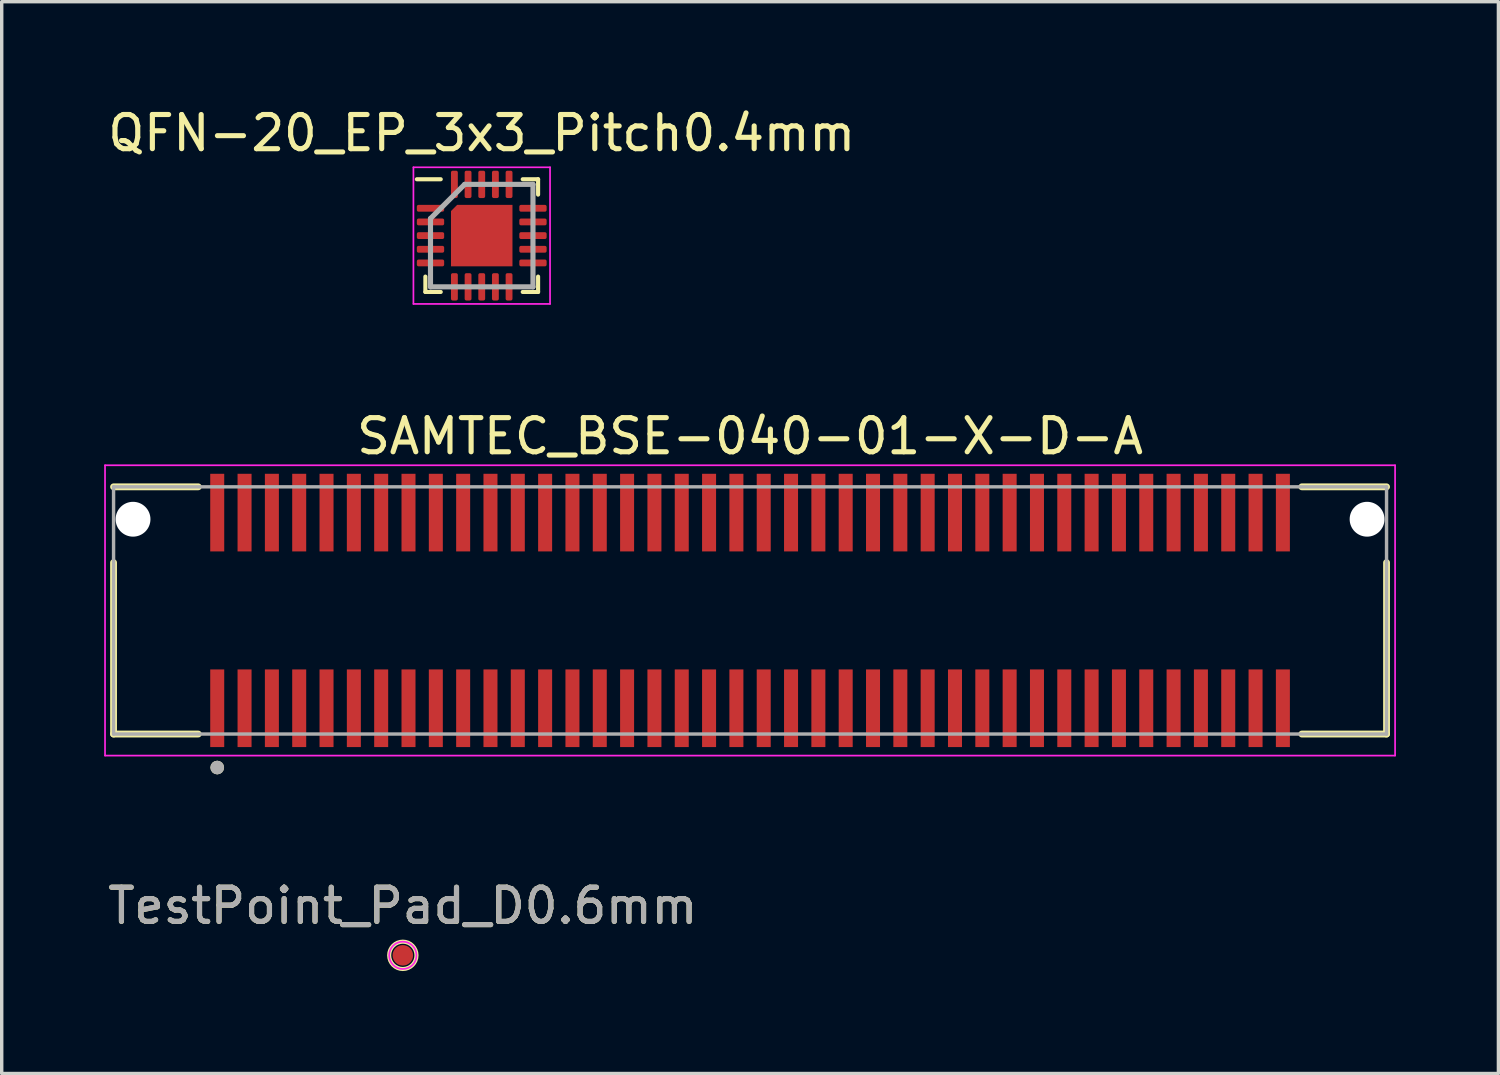
<source format=kicad_pcb>
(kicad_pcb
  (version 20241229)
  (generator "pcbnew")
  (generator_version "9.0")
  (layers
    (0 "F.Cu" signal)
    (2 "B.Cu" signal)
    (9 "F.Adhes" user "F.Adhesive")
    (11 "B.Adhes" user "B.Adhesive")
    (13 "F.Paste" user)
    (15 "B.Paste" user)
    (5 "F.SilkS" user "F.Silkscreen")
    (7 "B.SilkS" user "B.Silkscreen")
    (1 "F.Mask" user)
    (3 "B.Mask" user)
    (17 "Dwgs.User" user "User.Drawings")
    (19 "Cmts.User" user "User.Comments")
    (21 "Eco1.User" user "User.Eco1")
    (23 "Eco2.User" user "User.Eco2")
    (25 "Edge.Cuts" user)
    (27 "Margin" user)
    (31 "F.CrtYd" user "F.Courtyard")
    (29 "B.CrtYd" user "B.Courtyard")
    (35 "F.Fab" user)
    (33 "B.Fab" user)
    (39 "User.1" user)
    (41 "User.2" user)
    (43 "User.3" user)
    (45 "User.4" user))
  (footprint "SAMTEC_BSE-040-01-X-D-A"
    (layer "F.Cu")
    (at 18.91 14.822)
    (property "Reference" "SAMTEC_BSE-040-01-X-D-A" (at 0 -5.1 0) (layer "F.SilkS") (effects (font (size 1 1) (thickness 0.15))))
    (attr through_hole)
    (fp_line (start -18.635 -3.619) (end -16.155 -3.619) (stroke (width 0.2) (type solid)) (layer "F.SilkS"))
    (fp_line (start -18.635 -1.4) (end -18.635 3.619) (stroke (width 0.2) (type solid)) (layer "F.SilkS"))
    (fp_line (start -18.635 3.619) (end -16.155 3.619) (stroke (width 0.2) (type solid)) (layer "F.SilkS"))
    (fp_line (start 18.635 -3.619) (end 16.155 -3.619) (stroke (width 0.2) (type solid)) (layer "F.SilkS"))
    (fp_line (start 18.635 -1.4) (end 18.635 3.619) (stroke (width 0.2) (type solid)) (layer "F.SilkS"))
    (fp_line (start 18.635 3.619) (end 16.155 3.619) (stroke (width 0.2) (type solid)) (layer "F.SilkS"))
    (fp_circle (center -15.6 4.6) (end -15.5 4.6) (stroke (width 0.2) (type solid)) (fill no) (layer "F.SilkS"))
    (fp_line (start -18.885 -4.25) (end -18.885 4.25) (stroke (width 0.05) (type solid)) (layer "F.CrtYd"))
    (fp_line (start -18.885 4.25) (end 18.885 4.25) (stroke (width 0.05) (type solid)) (layer "F.CrtYd"))
    (fp_line (start 18.885 -4.25) (end -18.885 -4.25) (stroke (width 0.05) (type solid)) (layer "F.CrtYd"))
    (fp_line (start 18.885 4.25) (end 18.885 -4.25) (stroke (width 0.05) (type solid)) (layer "F.CrtYd"))
    (fp_line (start -18.635 -3.619) (end -18.635 3.619) (stroke (width 0.1) (type solid)) (layer "F.Fab"))
    (fp_line (start -18.635 3.619) (end 18.635 3.619) (stroke (width 0.1) (type solid)) (layer "F.Fab"))
    (fp_line (start 18.635 -3.619) (end -18.635 -3.619) (stroke (width 0.1) (type solid)) (layer "F.Fab"))
    (fp_line (start 18.635 3.619) (end 18.635 -3.619) (stroke (width 0.1) (type solid)) (layer "F.Fab"))
    (fp_circle (center -15.6 4.6) (end -15.5 4.6) (stroke (width 0.2) (type solid)) (fill no) (layer "F.Fab"))
    (pad "" np_thru_hole circle (at -18.065 -2.67) (size 1.02 1.02) (drill 1.02) (layers "*.Cu" "*.Mask"))
    (pad "" np_thru_hole circle (at 18.065 -2.67) (size 1.02 1.02) (drill 1.02) (layers "*.Cu" "*.Mask"))
    (pad "01" smd rect (at -15.6 2.864) (size 0.41 2.273) (layers "F.Cu" "F.Mask" "F.Paste"))
    (pad "02" smd rect (at -15.6 -2.864) (size 0.41 2.273) (layers "F.Cu" "F.Mask" "F.Paste"))
    (pad "03" smd rect (at -14.8 2.864) (size 0.41 2.273) (layers "F.Cu" "F.Mask" "F.Paste"))
    (pad "04" smd rect (at -14.8 -2.864) (size 0.41 2.273) (layers "F.Cu" "F.Mask" "F.Paste"))
    (pad "05" smd rect (at -14 2.864) (size 0.41 2.273) (layers "F.Cu" "F.Mask" "F.Paste"))
    (pad "06" smd rect (at -14 -2.864) (size 0.41 2.273) (layers "F.Cu" "F.Mask" "F.Paste"))
    (pad "07" smd rect (at -13.2 2.864) (size 0.41 2.273) (layers "F.Cu" "F.Mask" "F.Paste"))
    (pad "08" smd rect (at -13.2 -2.864) (size 0.41 2.273) (layers "F.Cu" "F.Mask" "F.Paste"))
    (pad "09" smd rect (at -12.4 2.864) (size 0.41 2.273) (layers "F.Cu" "F.Mask" "F.Paste"))
    (pad "10" smd rect (at -12.4 -2.864) (size 0.41 2.273) (layers "F.Cu" "F.Mask" "F.Paste"))
    (pad "11" smd rect (at -11.6 2.864) (size 0.41 2.273) (layers "F.Cu" "F.Mask" "F.Paste"))
    (pad "12" smd rect (at -11.6 -2.864) (size 0.41 2.273) (layers "F.Cu" "F.Mask" "F.Paste"))
    (pad "13" smd rect (at -10.8 2.864) (size 0.41 2.273) (layers "F.Cu" "F.Mask" "F.Paste"))
    (pad "14" smd rect (at -10.8 -2.864) (size 0.41 2.273) (layers "F.Cu" "F.Mask" "F.Paste"))
    (pad "15" smd rect (at -10 2.864) (size 0.41 2.273) (layers "F.Cu" "F.Mask" "F.Paste"))
    (pad "16" smd rect (at -10 -2.864) (size 0.41 2.273) (layers "F.Cu" "F.Mask" "F.Paste"))
    (pad "17" smd rect (at -9.2 2.864) (size 0.41 2.273) (layers "F.Cu" "F.Mask" "F.Paste"))
    (pad "18" smd rect (at -9.2 -2.864) (size 0.41 2.273) (layers "F.Cu" "F.Mask" "F.Paste"))
    (pad "19" smd rect (at -8.4 2.864) (size 0.41 2.273) (layers "F.Cu" "F.Mask" "F.Paste"))
    (pad "20" smd rect (at -8.4 -2.864) (size 0.41 2.273) (layers "F.Cu" "F.Mask" "F.Paste"))
    (pad "21" smd rect (at -7.6 2.864) (size 0.41 2.273) (layers "F.Cu" "F.Mask" "F.Paste"))
    (pad "22" smd rect (at -7.6 -2.864) (size 0.41 2.273) (layers "F.Cu" "F.Mask" "F.Paste"))
    (pad "23" smd rect (at -6.8 2.864) (size 0.41 2.273) (layers "F.Cu" "F.Mask" "F.Paste"))
    (pad "24" smd rect (at -6.8 -2.864) (size 0.41 2.273) (layers "F.Cu" "F.Mask" "F.Paste"))
    (pad "25" smd rect (at -6 2.864) (size 0.41 2.273) (layers "F.Cu" "F.Mask" "F.Paste"))
    (pad "26" smd rect (at -6 -2.864) (size 0.41 2.273) (layers "F.Cu" "F.Mask" "F.Paste"))
    (pad "27" smd rect (at -5.2 2.864) (size 0.41 2.273) (layers "F.Cu" "F.Mask" "F.Paste"))
    (pad "28" smd rect (at -5.2 -2.864) (size 0.41 2.273) (layers "F.Cu" "F.Mask" "F.Paste"))
    (pad "29" smd rect (at -4.4 2.864) (size 0.41 2.273) (layers "F.Cu" "F.Mask" "F.Paste"))
    (pad "30" smd rect (at -4.4 -2.864) (size 0.41 2.273) (layers "F.Cu" "F.Mask" "F.Paste"))
    (pad "31" smd rect (at -3.6 2.864) (size 0.41 2.273) (layers "F.Cu" "F.Mask" "F.Paste"))
    (pad "32" smd rect (at -3.6 -2.864) (size 0.41 2.273) (layers "F.Cu" "F.Mask" "F.Paste"))
    (pad "33" smd rect (at -2.8 2.864) (size 0.41 2.273) (layers "F.Cu" "F.Mask" "F.Paste"))
    (pad "34" smd rect (at -2.8 -2.864) (size 0.41 2.273) (layers "F.Cu" "F.Mask" "F.Paste"))
    (pad "35" smd rect (at -2 2.864) (size 0.41 2.273) (layers "F.Cu" "F.Mask" "F.Paste"))
    (pad "36" smd rect (at -2 -2.864) (size 0.41 2.273) (layers "F.Cu" "F.Mask" "F.Paste"))
    (pad "37" smd rect (at -1.2 2.864) (size 0.41 2.273) (layers "F.Cu" "F.Mask" "F.Paste"))
    (pad "38" smd rect (at -1.2 -2.864) (size 0.41 2.273) (layers "F.Cu" "F.Mask" "F.Paste"))
    (pad "39" smd rect (at -0.4 2.864) (size 0.41 2.273) (layers "F.Cu" "F.Mask" "F.Paste"))
    (pad "40" smd rect (at -0.4 -2.864) (size 0.41 2.273) (layers "F.Cu" "F.Mask" "F.Paste"))
    (pad "41" smd rect (at 0.4 2.864) (size 0.41 2.273) (layers "F.Cu" "F.Mask" "F.Paste"))
    (pad "42" smd rect (at 0.4 -2.864) (size 0.41 2.273) (layers "F.Cu" "F.Mask" "F.Paste"))
    (pad "43" smd rect (at 1.2 2.864) (size 0.41 2.273) (layers "F.Cu" "F.Mask" "F.Paste"))
    (pad "44" smd rect (at 1.2 -2.864) (size 0.41 2.273) (layers "F.Cu" "F.Mask" "F.Paste"))
    (pad "45" smd rect (at 2 2.864) (size 0.41 2.273) (layers "F.Cu" "F.Mask" "F.Paste"))
    (pad "46" smd rect (at 2 -2.864) (size 0.41 2.273) (layers "F.Cu" "F.Mask" "F.Paste"))
    (pad "47" smd rect (at 2.8 2.864) (size 0.41 2.273) (layers "F.Cu" "F.Mask" "F.Paste"))
    (pad "48" smd rect (at 2.8 -2.864) (size 0.41 2.273) (layers "F.Cu" "F.Mask" "F.Paste"))
    (pad "49" smd rect (at 3.6 2.864) (size 0.41 2.273) (layers "F.Cu" "F.Mask" "F.Paste"))
    (pad "50" smd rect (at 3.6 -2.864) (size 0.41 2.273) (layers "F.Cu" "F.Mask" "F.Paste"))
    (pad "51" smd rect (at 4.4 2.864) (size 0.41 2.273) (layers "F.Cu" "F.Mask" "F.Paste"))
    (pad "52" smd rect (at 4.4 -2.864) (size 0.41 2.273) (layers "F.Cu" "F.Mask" "F.Paste"))
    (pad "53" smd rect (at 5.2 2.864) (size 0.41 2.273) (layers "F.Cu" "F.Mask" "F.Paste"))
    (pad "54" smd rect (at 5.2 -2.864) (size 0.41 2.273) (layers "F.Cu" "F.Mask" "F.Paste"))
    (pad "55" smd rect (at 6 2.864) (size 0.41 2.273) (layers "F.Cu" "F.Mask" "F.Paste"))
    (pad "56" smd rect (at 6 -2.864) (size 0.41 2.273) (layers "F.Cu" "F.Mask" "F.Paste"))
    (pad "57" smd rect (at 6.8 2.864) (size 0.41 2.273) (layers "F.Cu" "F.Mask" "F.Paste"))
    (pad "58" smd rect (at 6.8 -2.864) (size 0.41 2.273) (layers "F.Cu" "F.Mask" "F.Paste"))
    (pad "59" smd rect (at 7.6 2.864) (size 0.41 2.273) (layers "F.Cu" "F.Mask" "F.Paste"))
    (pad "60" smd rect (at 7.6 -2.864) (size 0.41 2.273) (layers "F.Cu" "F.Mask" "F.Paste"))
    (pad "61" smd rect (at 8.4 2.864) (size 0.41 2.273) (layers "F.Cu" "F.Mask" "F.Paste"))
    (pad "62" smd rect (at 8.4 -2.864) (size 0.41 2.273) (layers "F.Cu" "F.Mask" "F.Paste"))
    (pad "63" smd rect (at 9.2 2.864) (size 0.41 2.273) (layers "F.Cu" "F.Mask" "F.Paste"))
    (pad "64" smd rect (at 9.2 -2.864) (size 0.41 2.273) (layers "F.Cu" "F.Mask" "F.Paste"))
    (pad "65" smd rect (at 10 2.864) (size 0.41 2.273) (layers "F.Cu" "F.Mask" "F.Paste"))
    (pad "66" smd rect (at 10 -2.864) (size 0.41 2.273) (layers "F.Cu" "F.Mask" "F.Paste"))
    (pad "67" smd rect (at 10.8 2.864) (size 0.41 2.273) (layers "F.Cu" "F.Mask" "F.Paste"))
    (pad "68" smd rect (at 10.8 -2.864) (size 0.41 2.273) (layers "F.Cu" "F.Mask" "F.Paste"))
    (pad "69" smd rect (at 11.6 2.864) (size 0.41 2.273) (layers "F.Cu" "F.Mask" "F.Paste"))
    (pad "70" smd rect (at 11.6 -2.864) (size 0.41 2.273) (layers "F.Cu" "F.Mask" "F.Paste"))
    (pad "71" smd rect (at 12.4 2.864) (size 0.41 2.273) (layers "F.Cu" "F.Mask" "F.Paste"))
    (pad "72" smd rect (at 12.4 -2.864) (size 0.41 2.273) (layers "F.Cu" "F.Mask" "F.Paste"))
    (pad "73" smd rect (at 13.2 2.864) (size 0.41 2.273) (layers "F.Cu" "F.Mask" "F.Paste"))
    (pad "74" smd rect (at 13.2 -2.864) (size 0.41 2.273) (layers "F.Cu" "F.Mask" "F.Paste"))
    (pad "75" smd rect (at 14 2.864) (size 0.41 2.273) (layers "F.Cu" "F.Mask" "F.Paste"))
    (pad "76" smd rect (at 14 -2.864) (size 0.41 2.273) (layers "F.Cu" "F.Mask" "F.Paste"))
    (pad "77" smd rect (at 14.8 2.864) (size 0.41 2.273) (layers "F.Cu" "F.Mask" "F.Paste"))
    (pad "78" smd rect (at 14.8 -2.864) (size 0.41 2.273) (layers "F.Cu" "F.Mask" "F.Paste"))
    (pad "79" smd rect (at 15.6 2.864) (size 0.41 2.273) (layers "F.Cu" "F.Mask" "F.Paste"))
    (pad "80" smd rect (at 15.6 -2.864) (size 0.41 2.273) (layers "F.Cu" "F.Mask" "F.Paste")))
  (footprint "TestPoint_Pad_D0.6mm"
    (layer "F.Cu")
    (at 8.744 24.92)
    (property "Reference" "TestPoint_Pad_D0.6mm" (at 0 -1.448 0) (layer "F.SilkS") (effects (font (size 1 1) (thickness 0.15))))
    (attr exclude_from_pos_files exclude_from_bom)
    (fp_circle (center 0 0) (end 0 0.4) (stroke (width 0.12) (type solid)) (fill no) (layer "F.SilkS"))
    (fp_circle (center 0 0) (end 0.4 0) (stroke (width 0.05) (type solid)) (fill no) (layer "F.CrtYd"))
    (fp_text user "${REFERENCE}" (at 0 -1.45 0) (layer "F.Fab") (effects (font (size 1 1) (thickness 0.15))))
    (pad "1" smd circle (at 0 0) (size 0.6 0.6) (layers "F.Cu" "F.Mask")))
  (footprint "QFN-20_EP_3x3_Pitch0.4mm"
    (layer "F.Cu")
    (at 11.054 3.848)
    (property "Reference" "QFN-20_EP_3x3_Pitch0.4mm" (at 0 -3 0) (layer "F.SilkS") (effects (font (size 1 1) (thickness 0.15))))
    (attr through_hole)
    (fp_line (start -1.65 1.65) (end -1.65 1.2) (stroke (width 0.12) (type solid)) (layer "F.SilkS"))
    (fp_line (start -1.2 -1.65) (end -1.9 -1.65) (stroke (width 0.12) (type solid)) (layer "F.SilkS"))
    (fp_line (start -1.2 1.65) (end -1.65 1.65) (stroke (width 0.12) (type solid)) (layer "F.SilkS"))
    (fp_line (start 1.2 -1.65) (end 1.65 -1.65) (stroke (width 0.12) (type solid)) (layer "F.SilkS"))
    (fp_line (start 1.2 1.65) (end 1.65 1.65) (stroke (width 0.12) (type solid)) (layer "F.SilkS"))
    (fp_line (start 1.65 -1.65) (end 1.65 -1.2) (stroke (width 0.12) (type solid)) (layer "F.SilkS"))
    (fp_line (start 1.65 1.65) (end 1.65 1.2) (stroke (width 0.12) (type solid)) (layer "F.SilkS"))
    (fp_line (start -2 -2) (end 2 -2) (stroke (width 0.05) (type solid)) (layer "F.CrtYd"))
    (fp_line (start -2 2) (end -2 -2) (stroke (width 0.05) (type solid)) (layer "F.CrtYd"))
    (fp_line (start 2 -2) (end 2 2) (stroke (width 0.05) (type solid)) (layer "F.CrtYd"))
    (fp_line (start 2 2) (end -2 2) (stroke (width 0.05) (type solid)) (layer "F.CrtYd"))
    (fp_line (start -1.5 -0.5) (end -1.5 1.5) (stroke (width 0.15) (type solid)) (layer "F.Fab"))
    (fp_line (start -1.5 1.5) (end 1.5 1.5) (stroke (width 0.15) (type solid)) (layer "F.Fab"))
    (fp_line (start -0.5 -1.5) (end -1.5 -0.5) (stroke (width 0.15) (type solid)) (layer "F.Fab"))
    (fp_line (start 1.5 -1.5) (end -0.5 -1.5) (stroke (width 0.15) (type solid)) (layer "F.Fab"))
    (fp_line (start 1.5 1.5) (end 1.5 -1.5) (stroke (width 0.15) (type solid)) (layer "F.Fab"))
    (pad "1" smd roundrect (at -1.5 -0.8 90) (size 0.2 0.8) (layers "F.Cu" "F.Mask" "F.Paste") (roundrect_rratio 0.25))
    (pad "2" smd roundrect (at -1.5 -0.4 90) (size 0.2 0.8) (layers "F.Cu" "F.Mask" "F.Paste") (roundrect_rratio 0.25))
    (pad "3" smd roundrect (at -1.5 0 90) (size 0.2 0.8) (layers "F.Cu" "F.Mask" "F.Paste") (roundrect_rratio 0.25))
    (pad "4" smd roundrect (at -1.5 0.4 90) (size 0.2 0.8) (layers "F.Cu" "F.Mask" "F.Paste") (roundrect_rratio 0.25))
    (pad "5" smd roundrect (at -1.5 0.8 90) (size 0.2 0.8) (layers "F.Cu" "F.Mask" "F.Paste") (roundrect_rratio 0.25))
    (pad "6" smd roundrect (at -0.8 1.5) (size 0.2 0.8) (layers "F.Cu" "F.Mask" "F.Paste") (roundrect_rratio 0.25))
    (pad "7" smd roundrect (at -0.4 1.5) (size 0.2 0.8) (layers "F.Cu" "F.Mask" "F.Paste") (roundrect_rratio 0.25))
    (pad "8" smd roundrect (at 0 1.5) (size 0.2 0.8) (layers "F.Cu" "F.Mask" "F.Paste") (roundrect_rratio 0.25))
    (pad "9" smd roundrect (at 0.4 1.5) (size 0.2 0.8) (layers "F.Cu" "F.Mask" "F.Paste") (roundrect_rratio 0.25))
    (pad "10" smd roundrect (at 0.8 1.5) (size 0.2 0.8) (layers "F.Cu" "F.Mask" "F.Paste") (roundrect_rratio 0.25))
    (pad "11" smd roundrect (at 1.5 0.8 90) (size 0.2 0.8) (layers "F.Cu" "F.Mask" "F.Paste") (roundrect_rratio 0.25))
    (pad "12" smd roundrect (at 1.5 0.4 90) (size 0.2 0.8) (layers "F.Cu" "F.Mask" "F.Paste") (roundrect_rratio 0.25))
    (pad "13" smd roundrect (at 1.5 0 90) (size 0.2 0.8) (layers "F.Cu" "F.Mask" "F.Paste") (roundrect_rratio 0.25))
    (pad "14" smd roundrect (at 1.5 -0.4 90) (size 0.2 0.8) (layers "F.Cu" "F.Mask" "F.Paste") (roundrect_rratio 0.25))
    (pad "15" smd roundrect (at 1.5 -0.8 90) (size 0.2 0.8) (layers "F.Cu" "F.Mask" "F.Paste") (roundrect_rratio 0.25))
    (pad "16" smd roundrect (at 0.8 -1.5) (size 0.2 0.8) (layers "F.Cu" "F.Mask" "F.Paste") (roundrect_rratio 0.25))
    (pad "17" smd roundrect (at 0.4 -1.5) (size 0.2 0.8) (layers "F.Cu" "F.Mask" "F.Paste") (roundrect_rratio 0.25))
    (pad "18" smd roundrect (at 0 -1.5) (size 0.2 0.8) (layers "F.Cu" "F.Mask" "F.Paste") (roundrect_rratio 0.25))
    (pad "19" smd roundrect (at -0.4 -1.5) (size 0.2 0.8) (layers "F.Cu" "F.Mask" "F.Paste") (roundrect_rratio 0.25))
    (pad "20" smd roundrect (at -0.8 -1.5) (size 0.2 0.8) (layers "F.Cu" "F.Mask" "F.Paste") (roundrect_rratio 0.25))
    (pad "21" smd roundrect (at 0 0) (size 1.8 1.8) (layers "F.Cu" "F.Mask" "F.Paste") (roundrect_rratio 0) (chamfer_ratio 0.1) (chamfer top_left)))
  (gr_rect
    (start -3 -3)
    (end 40.82 28.38)
    (stroke (width 0.1) (type default))
    (fill no)
    (layer "Edge.Cuts")))
</source>
